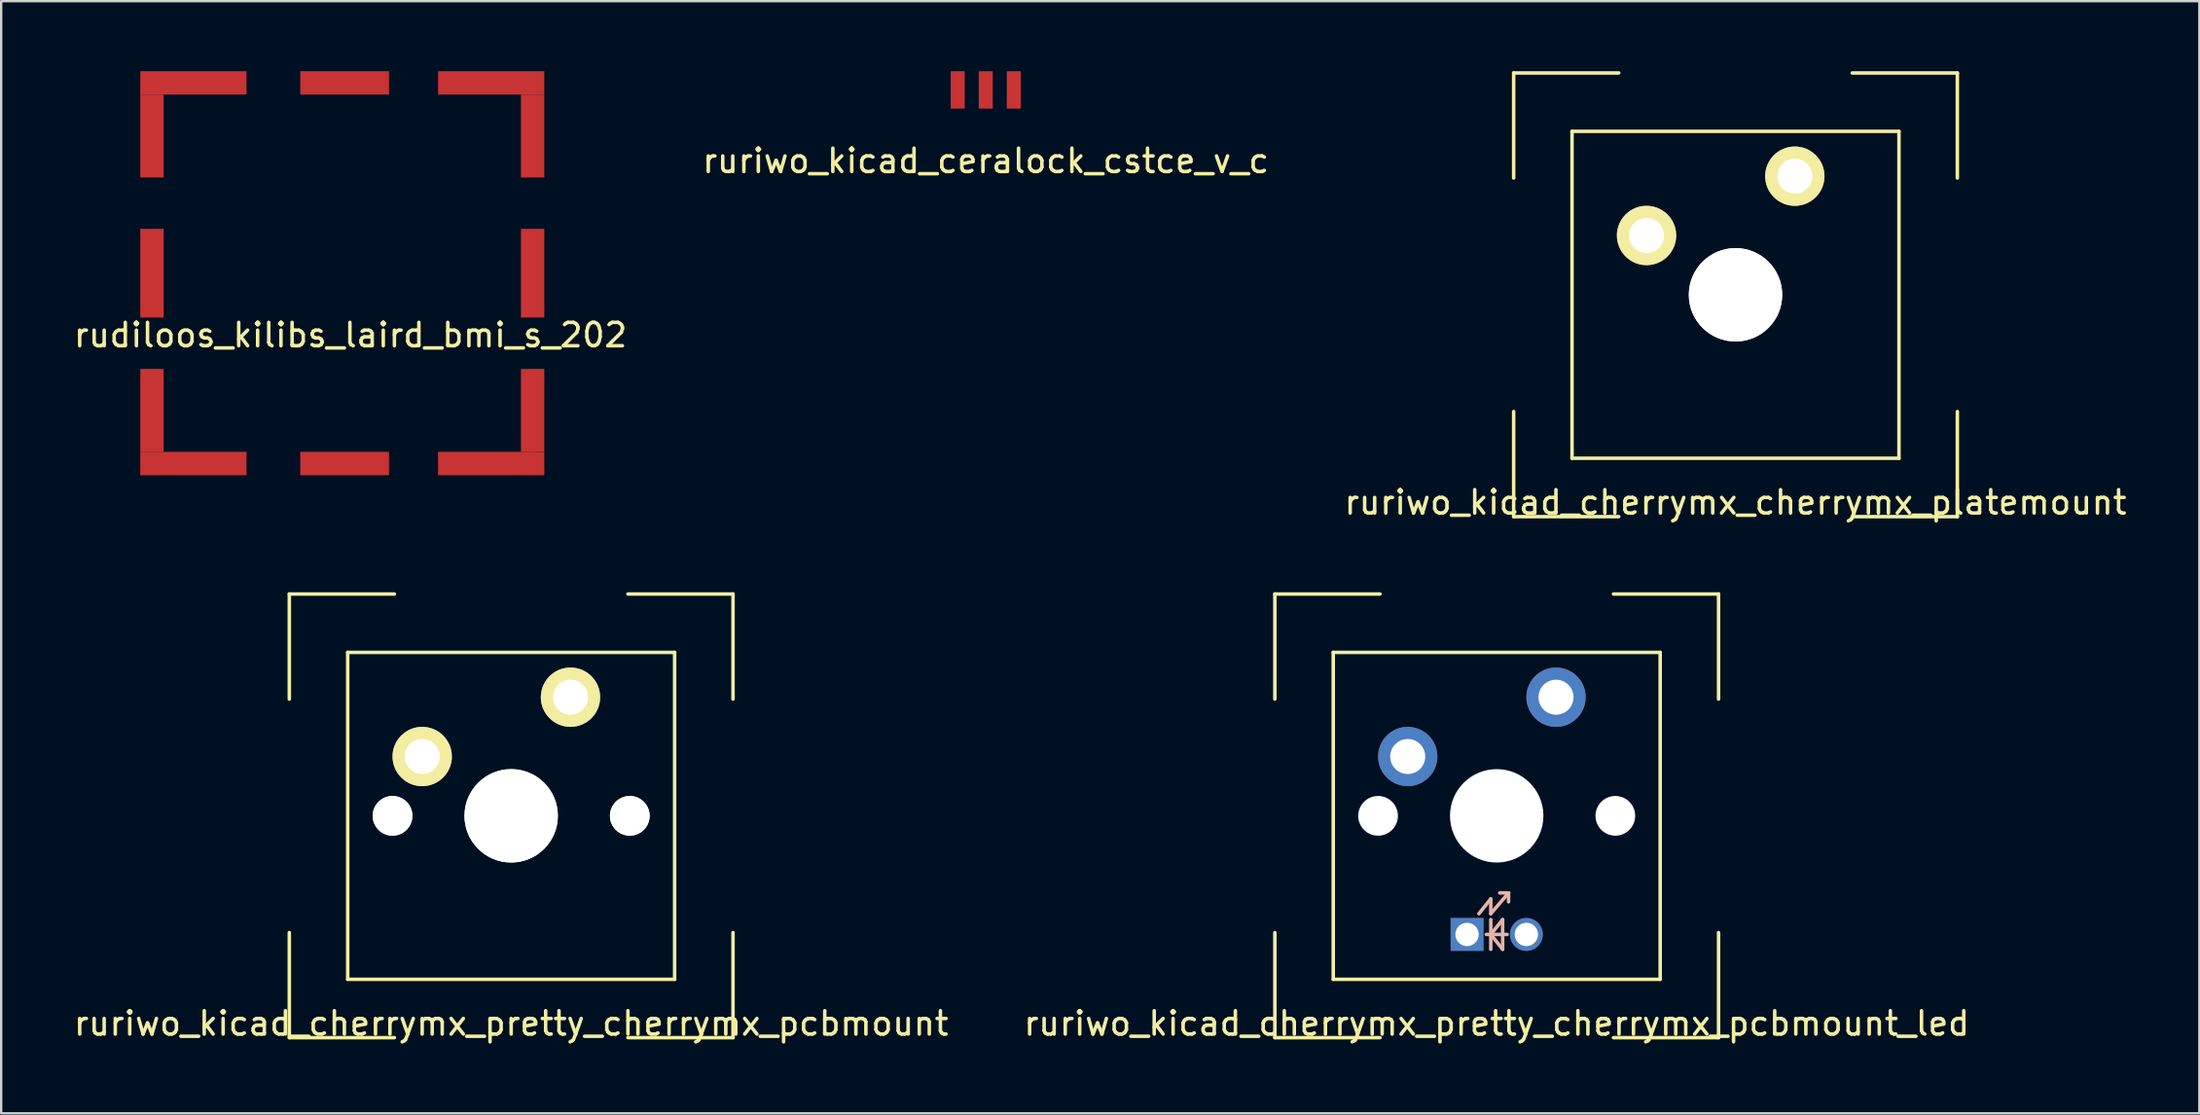
<source format=kicad_pcb>
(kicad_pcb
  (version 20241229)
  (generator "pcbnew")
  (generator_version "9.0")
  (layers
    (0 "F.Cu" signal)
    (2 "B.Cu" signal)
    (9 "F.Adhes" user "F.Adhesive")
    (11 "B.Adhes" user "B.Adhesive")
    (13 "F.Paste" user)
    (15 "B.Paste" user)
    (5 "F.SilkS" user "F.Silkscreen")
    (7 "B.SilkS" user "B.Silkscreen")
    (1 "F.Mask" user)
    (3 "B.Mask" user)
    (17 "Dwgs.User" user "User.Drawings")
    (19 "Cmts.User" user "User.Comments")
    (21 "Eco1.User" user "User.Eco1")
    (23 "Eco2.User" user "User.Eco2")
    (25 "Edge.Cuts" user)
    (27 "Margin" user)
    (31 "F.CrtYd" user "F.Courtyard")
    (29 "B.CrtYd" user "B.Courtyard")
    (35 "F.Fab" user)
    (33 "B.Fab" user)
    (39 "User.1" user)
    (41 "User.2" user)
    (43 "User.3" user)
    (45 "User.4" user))
  (footprint "ruriwo_kicad_cherrymx_pretty_cherrymx_pcbmount"
    (layer "F.Cu")
    (at 18.839 31.888)
    (property "Reference" "ruriwo_kicad_cherrymx_pretty_cherrymx_pcbmount" (at 0 8.89 0) (layer "F.SilkS") (effects (font (size 1 1) (thickness 0.15))))
    (attr through_hole)
    (fp_line (start -9.5 -9.5) (end -9.5 -5) (stroke (width 0.15) (type solid)) (layer "F.SilkS"))
    (fp_line (start -9.5 -9.5) (end -5 -9.5) (stroke (width 0.15) (type solid)) (layer "F.SilkS"))
    (fp_line (start -9.5 5) (end -9.5 9.5) (stroke (width 0.15) (type solid)) (layer "F.SilkS"))
    (fp_line (start -9.5 9.5) (end -5 9.5) (stroke (width 0.15) (type solid)) (layer "F.SilkS"))
    (fp_line (start -7 -7) (end 7 -7) (stroke (width 0.15) (type solid)) (layer "F.SilkS"))
    (fp_line (start -7 7) (end -7 -7) (stroke (width 0.15) (type solid)) (layer "F.SilkS"))
    (fp_line (start 5 9.5) (end 9.5 9.5) (stroke (width 0.15) (type solid)) (layer "F.SilkS"))
    (fp_line (start 7 -7) (end 7 7) (stroke (width 0.15) (type solid)) (layer "F.SilkS"))
    (fp_line (start 7 7) (end -7 7) (stroke (width 0.15) (type solid)) (layer "F.SilkS"))
    (fp_line (start 9.5 -9.5) (end 5 -9.5) (stroke (width 0.15) (type solid)) (layer "F.SilkS"))
    (fp_line (start 9.5 -5) (end 9.5 -9.5) (stroke (width 0.15) (type solid)) (layer "F.SilkS"))
    (fp_line (start 9.5 5) (end 9.5 9.5) (stroke (width 0.15) (type solid)) (layer "F.SilkS"))
    (pad "" np_thru_hole circle (at -5.08 0) (size 1.7 1.7) (drill 1.7) (layers "*.Cu" "*.Mask" "F.SilkS"))
    (pad "" np_thru_hole circle (at 0 0) (size 4 4) (drill 4) (layers "*.Cu" "*.Mask" "F.SilkS"))
    (pad "" np_thru_hole circle (at 5.08 0) (size 1.7 1.7) (drill 1.7) (layers "*.Cu" "*.Mask" "F.SilkS"))
    (pad "1" thru_hole circle (at -3.81 -2.54) (size 2.54 2.54) (drill 1.5) (layers "*.Cu" "*.Mask" "F.SilkS"))
    (pad "2" thru_hole circle (at 2.54 -5.08) (size 2.54 2.54) (drill 1.5) (layers "*.Cu" "*.Mask" "F.SilkS")))
  (footprint "ruriwo_kicad_cherrymx_cherrymx_platemount"
    (layer "F.Cu")
    (at 71.268 9.575)
    (property "Reference" "ruriwo_kicad_cherrymx_cherrymx_platemount" (at 0 8.89 0) (layer "F.SilkS") (effects (font (size 1 1) (thickness 0.15))))
    (attr through_hole)
    (fp_line (start -9.5 -9.5) (end -9.5 -5) (stroke (width 0.15) (type solid)) (layer "F.SilkS"))
    (fp_line (start -9.5 -9.5) (end -5 -9.5) (stroke (width 0.15) (type solid)) (layer "F.SilkS"))
    (fp_line (start -9.5 5) (end -9.5 9.5) (stroke (width 0.15) (type solid)) (layer "F.SilkS"))
    (fp_line (start -9.5 9.5) (end -5 9.5) (stroke (width 0.15) (type solid)) (layer "F.SilkS"))
    (fp_line (start -7 -7) (end 7 -7) (stroke (width 0.15) (type solid)) (layer "F.SilkS"))
    (fp_line (start -7 7) (end -7 -7) (stroke (width 0.15) (type solid)) (layer "F.SilkS"))
    (fp_line (start 5 9.5) (end 9.5 9.5) (stroke (width 0.15) (type solid)) (layer "F.SilkS"))
    (fp_line (start 7 -7) (end 7 7) (stroke (width 0.15) (type solid)) (layer "F.SilkS"))
    (fp_line (start 7 7) (end -7 7) (stroke (width 0.15) (type solid)) (layer "F.SilkS"))
    (fp_line (start 9.5 -9.5) (end 5 -9.5) (stroke (width 0.15) (type solid)) (layer "F.SilkS"))
    (fp_line (start 9.5 -5) (end 9.5 -9.5) (stroke (width 0.15) (type solid)) (layer "F.SilkS"))
    (fp_line (start 9.5 5) (end 9.5 9.5) (stroke (width 0.15) (type solid)) (layer "F.SilkS"))
    (pad "" np_thru_hole circle (at 0 0) (size 4 4) (drill 4) (layers "*.Cu" "*.Mask" "F.SilkS"))
    (pad "1" thru_hole circle (at -3.81 -2.54) (size 2.54 2.54) (drill 1.5) (layers "*.Cu" "*.Mask" "F.SilkS"))
    (pad "2" thru_hole circle (at 2.54 -5.08) (size 2.54 2.54) (drill 1.5) (layers "*.Cu" "*.Mask" "F.SilkS")))
  (footprint "ruriwo_kicad_ceralock_cstce_v_c"
    (layer "F.Cu")
    (at 39.161 0.8)
    (property "Reference" "ruriwo_kicad_ceralock_cstce_v_c" (at 0 3.04 0) (layer "F.SilkS") (effects (font (size 1 1) (thickness 0.15))))
    (attr through_hole)
    (pad "1" smd rect (at -1.2 0) (size 0.6 1.6) (layers "F.Cu" "F.Mask" "F.Paste"))
    (pad "2" smd rect (at 1.2 0) (size 0.6 1.6) (layers "F.Cu" "F.Mask" "F.Paste"))
    (pad "3" smd rect (at 0 0) (size 0.6 1.6) (layers "F.Cu" "F.Mask" "F.Paste")))
  (footprint "ruriwo_kicad_cherrymx_pretty_cherrymx_pcbmount_led"
    (layer "F.Cu")
    (at 61.042 31.888)
    (property "Reference" "ruriwo_kicad_cherrymx_pretty_cherrymx_pcbmount_led" (at 0 8.89 0) (layer "F.SilkS") (effects (font (size 1 1) (thickness 0.15))))
    (attr through_hole)
    (fp_line (start -9.5 -9.5) (end -9.5 -5) (stroke (width 0.15) (type solid)) (layer "F.SilkS"))
    (fp_line (start -9.5 -9.5) (end -5 -9.5) (stroke (width 0.15) (type solid)) (layer "F.SilkS"))
    (fp_line (start -9.5 5) (end -9.5 9.5) (stroke (width 0.15) (type solid)) (layer "F.SilkS"))
    (fp_line (start -9.5 9.5) (end -5 9.5) (stroke (width 0.15) (type solid)) (layer "F.SilkS"))
    (fp_line (start -7 -7) (end 7 -7) (stroke (width 0.15) (type solid)) (layer "F.SilkS"))
    (fp_line (start -7 7) (end -7 -7) (stroke (width 0.15) (type solid)) (layer "F.SilkS"))
    (fp_line (start 5 9.5) (end 9.5 9.5) (stroke (width 0.15) (type solid)) (layer "F.SilkS"))
    (fp_line (start 7 -7) (end 7 7) (stroke (width 0.15) (type solid)) (layer "F.SilkS"))
    (fp_line (start 7 7) (end -7 7) (stroke (width 0.15) (type solid)) (layer "F.SilkS"))
    (fp_line (start 9.5 -9.5) (end 5 -9.5) (stroke (width 0.15) (type solid)) (layer "F.SilkS"))
    (fp_line (start 9.5 -5) (end 9.5 -9.5) (stroke (width 0.15) (type solid)) (layer "F.SilkS"))
    (fp_line (start 9.5 5) (end 9.5 9.5) (stroke (width 0.15) (type solid)) (layer "F.SilkS"))
    (fp_line (start -0.762 4.191) (end -0.254 3.556) (stroke (width 0.15) (type solid)) (layer "B.SilkS"))
    (fp_line (start -0.445 5.08) (end 0.445 5.08) (stroke (width 0.15) (type solid)) (layer "B.SilkS"))
    (fp_line (start -0.254 3.556) (end -0.254 4.191) (stroke (width 0.15) (type solid)) (layer "B.SilkS"))
    (fp_line (start -0.254 4.191) (end 0.508 3.302) (stroke (width 0.15) (type solid)) (layer "B.SilkS"))
    (fp_line (start -0.254 4.445) (end -0.254 5.715) (stroke (width 0.15) (type solid)) (layer "B.SilkS"))
    (fp_line (start -0.254 5.08) (end 0.254 4.445) (stroke (width 0.15) (type solid)) (layer "B.SilkS"))
    (fp_line (start 0.254 5.715) (end -0.254 5.08) (stroke (width 0.15) (type solid)) (layer "B.SilkS"))
    (fp_line (start 0.254 5.715) (end 0.254 4.445) (stroke (width 0.15) (type solid)) (layer "B.SilkS"))
    (fp_line (start 0.508 3.302) (end 0.127 3.302) (stroke (width 0.15) (type solid)) (layer "B.SilkS"))
    (fp_line (start 0.508 3.302) (end 0.508 3.683) (stroke (width 0.15) (type solid)) (layer "B.SilkS"))
    (pad "" np_thru_hole circle (at -5.08 0) (size 1.7 1.7) (drill 1.7) (layers "*.Cu" "*.Mask"))
    (pad "" np_thru_hole circle (at 0 0) (size 4 4) (drill 4) (layers "*.Cu" "*.Mask"))
    (pad "" np_thru_hole circle (at 5.08 0) (size 1.7 1.7) (drill 1.7) (layers "*.Cu" "*.Mask"))
    (pad "1" thru_hole circle (at -3.81 -2.54) (size 2.54 2.54) (drill 1.5) (layers "*.Cu" "*.Mask"))
    (pad "2" thru_hole circle (at 2.54 -5.08) (size 2.54 2.54) (drill 1.5) (layers "*.Cu" "*.Mask"))
    (pad "3" thru_hole rect (at -1.27 5.08) (size 1.406 1.406) (drill 1) (layers "*.Cu" "*.Mask"))
    (pad "4" thru_hole circle (at 1.27 5.08) (size 1.406 1.406) (drill 1) (layers "*.Cu" "*.Mask")))
  (footprint "rudiloos_kilibs_laird_bmi_s_202"
    (layer "F.Cu")
    (at 2.958 17.3)
    (property "Reference" "rudiloos_kilibs_laird_bmi_s_202" (at 9 -6 0) (layer "F.SilkS") (effects (font (size 1 1) (thickness 0.15))))
    (attr through_hole)
    (pad "" connect rect (at 0.5 -14.525 180) (size 1 3.55) (layers "F.Cu" "F.Mask"))
    (pad "" connect rect (at 0.5 -8.65) (size 1 3.8) (layers "F.Cu" "F.Mask"))
    (pad "" connect rect (at 0.5 -2.775) (size 1 3.55) (layers "F.Cu" "F.Mask"))
    (pad "" connect rect (at 2.275 -16.8) (size 4.55 1) (layers "F.Cu" "F.Mask"))
    (pad "" connect rect (at 2.275 -0.5) (size 4.55 1) (layers "F.Cu" "F.Mask"))
    (pad "" connect rect (at 8.75 -16.8) (size 3.8 1) (layers "F.Cu" "F.Mask"))
    (pad "" connect rect (at 8.75 -0.5) (size 3.8 1) (layers "F.Cu" "F.Mask"))
    (pad "" connect rect (at 15.025 -16.8 180) (size 4.55 1) (layers "F.Cu" "F.Mask"))
    (pad "" connect rect (at 15.025 -0.5) (size 4.55 1) (layers "F.Cu" "F.Mask"))
    (pad "" connect rect (at 16.8 -14.525 180) (size 1 3.55) (layers "F.Cu" "F.Mask"))
    (pad "" connect rect (at 16.8 -8.65) (size 1 3.8) (layers "F.Cu" "F.Mask"))
    (pad "" connect rect (at 16.8 -2.775) (size 1 3.55) (layers "F.Cu" "F.Mask")))
  (gr_rect
    (start -3 -3)
    (end 91.131 44.627)
    (stroke (width 0.1) (type default))
    (fill no)
    (layer "Edge.Cuts")))
</source>
